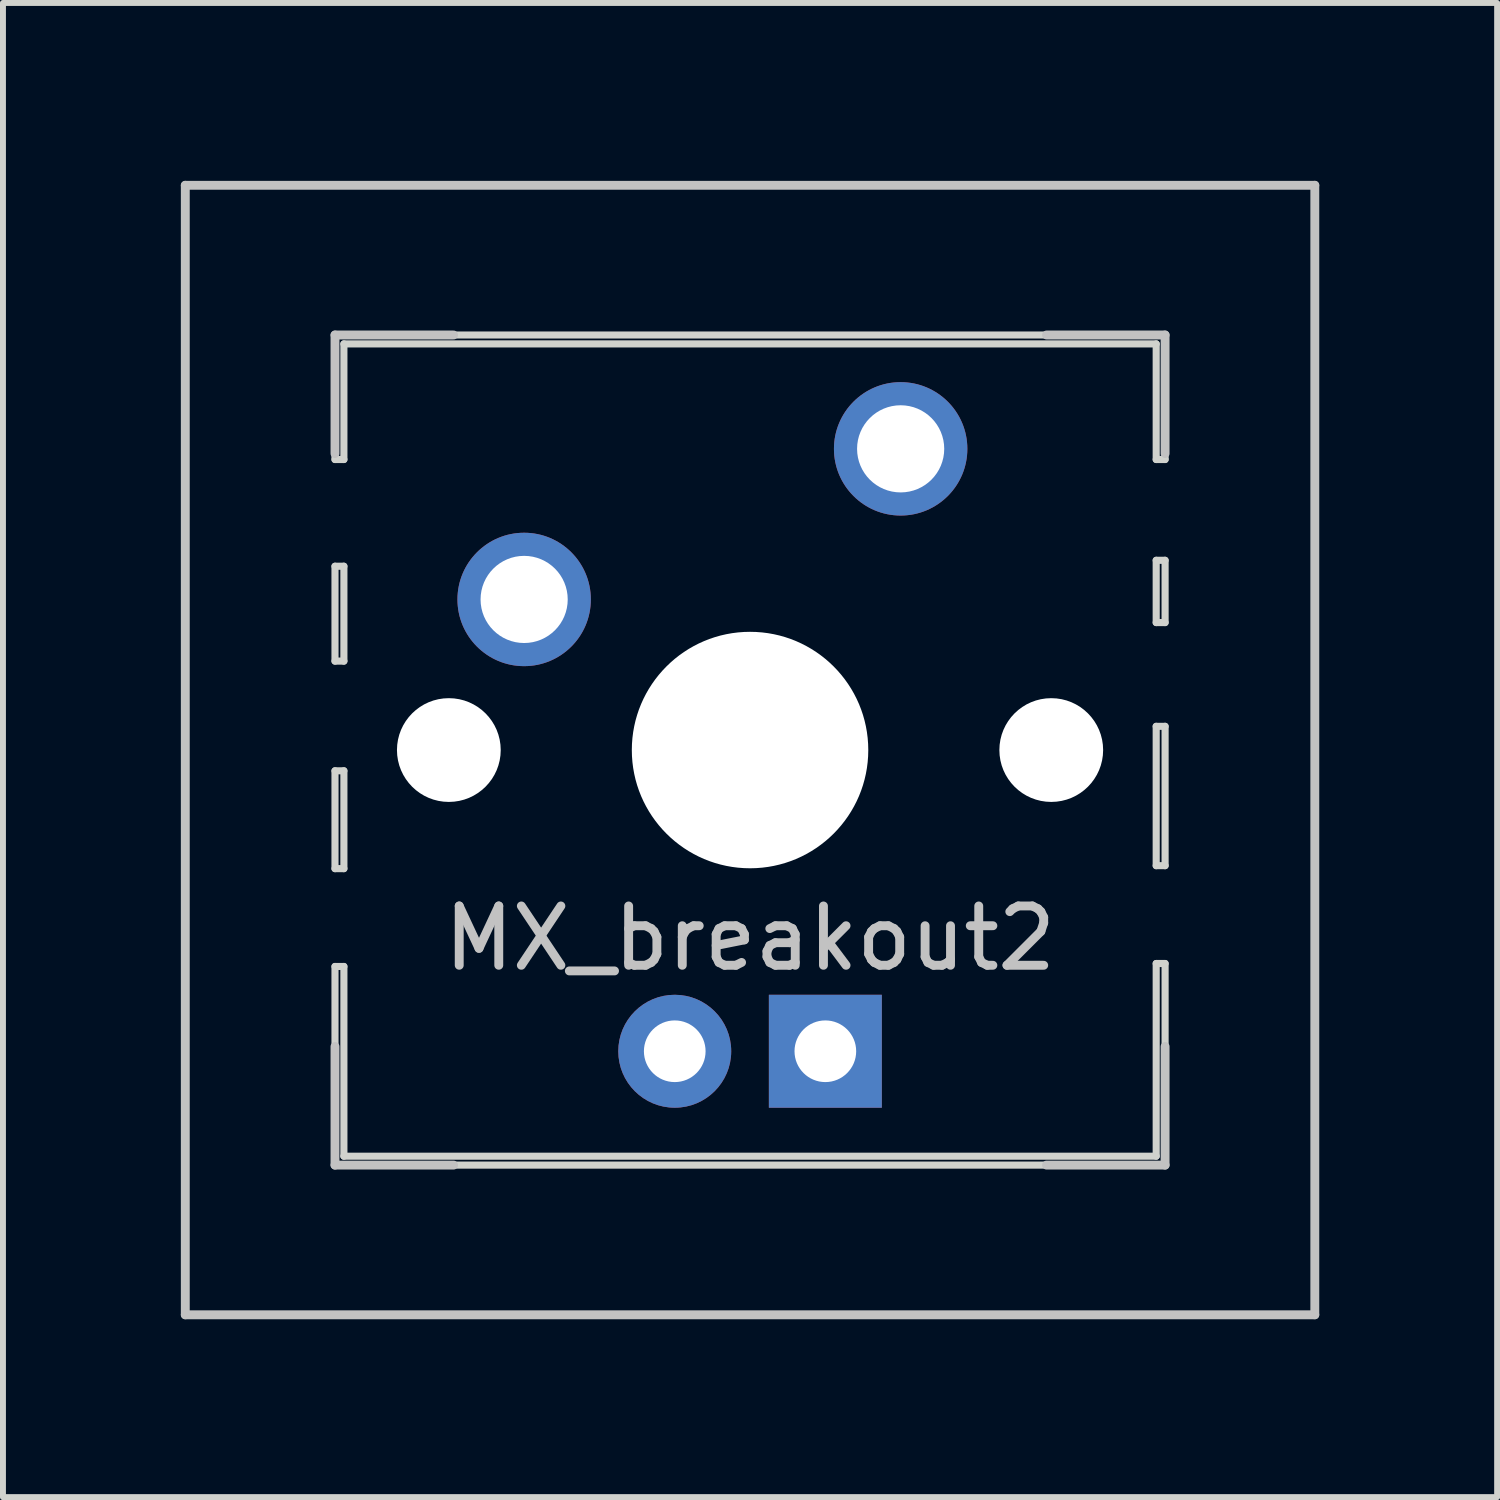
<source format=kicad_pcb>
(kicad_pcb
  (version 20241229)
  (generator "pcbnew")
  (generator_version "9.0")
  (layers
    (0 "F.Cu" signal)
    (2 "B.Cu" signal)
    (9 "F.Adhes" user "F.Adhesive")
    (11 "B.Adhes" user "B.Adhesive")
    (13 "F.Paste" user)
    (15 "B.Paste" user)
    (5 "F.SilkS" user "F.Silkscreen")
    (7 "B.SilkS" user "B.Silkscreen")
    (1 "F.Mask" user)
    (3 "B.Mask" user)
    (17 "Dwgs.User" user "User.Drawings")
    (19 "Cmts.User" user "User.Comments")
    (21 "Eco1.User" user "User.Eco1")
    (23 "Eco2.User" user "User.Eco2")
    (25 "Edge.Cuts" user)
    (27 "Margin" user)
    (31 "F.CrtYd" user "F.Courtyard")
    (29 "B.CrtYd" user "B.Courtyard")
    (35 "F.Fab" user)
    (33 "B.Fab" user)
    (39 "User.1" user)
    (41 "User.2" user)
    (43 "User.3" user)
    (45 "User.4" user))
  (footprint "MX_breakout2"
    (layer "F.Cu")
    (at 9.6 9.6)
    (property "Reference" "MX_breakout2" (at 0 3.175 180) (layer "Dwgs.User") (effects (font (size 1 1) (thickness 0.15))))
    (attr through_hole)
    (fp_line (start -9.525 -9.525) (end 9.525 -9.525) (stroke (width 0.15) (type solid)) (layer "Dwgs.User"))
    (fp_line (start -9.525 9.525) (end -9.525 -9.525) (stroke (width 0.15) (type solid)) (layer "Dwgs.User"))
    (fp_line (start -7 -7) (end -7 -5) (stroke (width 0.15) (type solid)) (layer "Dwgs.User"))
    (fp_line (start -7 5) (end -7 7) (stroke (width 0.15) (type solid)) (layer "Dwgs.User"))
    (fp_line (start -7 7) (end -5 7) (stroke (width 0.15) (type solid)) (layer "Dwgs.User"))
    (fp_line (start -5 -7) (end -7 -7) (stroke (width 0.15) (type solid)) (layer "Dwgs.User"))
    (fp_line (start 5 -7) (end 7 -7) (stroke (width 0.15) (type solid)) (layer "Dwgs.User"))
    (fp_line (start 5 7) (end 7 7) (stroke (width 0.15) (type solid)) (layer "Dwgs.User"))
    (fp_line (start 7 -7) (end 7 -5) (stroke (width 0.15) (type solid)) (layer "Dwgs.User"))
    (fp_line (start 7 7) (end 7 5) (stroke (width 0.15) (type solid)) (layer "Dwgs.User"))
    (fp_line (start 9.525 -9.525) (end 9.525 9.525) (stroke (width 0.15) (type solid)) (layer "Dwgs.User"))
    (fp_line (start 9.525 9.525) (end -9.525 9.525) (stroke (width 0.15) (type solid)) (layer "Dwgs.User"))
    (fp_line (start -7 -7) (end -7 -4.9) (stroke (width 0.12) (type solid)) (layer "Edge.Cuts"))
    (fp_line (start -7 -3.1) (end -6.85 -3.1) (stroke (width 0.12) (type solid)) (layer "Edge.Cuts"))
    (fp_line (start -7 -1.5) (end -7 -3.1) (stroke (width 0.12) (type solid)) (layer "Edge.Cuts"))
    (fp_line (start -7 -1.5) (end -6.85 -1.5) (stroke (width 0.12) (type solid)) (layer "Edge.Cuts"))
    (fp_line (start -7 0.35) (end -6.85 0.35) (stroke (width 0.12) (type solid)) (layer "Edge.Cuts"))
    (fp_line (start -7 2) (end -7 0.35) (stroke (width 0.12) (type solid)) (layer "Edge.Cuts"))
    (fp_line (start -7 3.65) (end -6.85 3.65) (stroke (width 0.12) (type solid)) (layer "Edge.Cuts"))
    (fp_line (start -7 7) (end -7 3.65) (stroke (width 0.12) (type solid)) (layer "Edge.Cuts"))
    (fp_line (start -6.85 -6.85) (end -6.85 -4.9) (stroke (width 0.12) (type solid)) (layer "Edge.Cuts"))
    (fp_line (start -6.85 -4.9) (end -7 -4.9) (stroke (width 0.12) (type solid)) (layer "Edge.Cuts"))
    (fp_line (start -6.85 -3.1) (end -6.85 -1.5) (stroke (width 0.12) (type solid)) (layer "Edge.Cuts"))
    (fp_line (start -6.85 0.35) (end -6.85 2) (stroke (width 0.12) (type solid)) (layer "Edge.Cuts"))
    (fp_line (start -6.85 2) (end -7 2) (stroke (width 0.12) (type solid)) (layer "Edge.Cuts"))
    (fp_line (start -6.85 3.65) (end -6.85 6.85) (stroke (width 0.12) (type solid)) (layer "Edge.Cuts"))
    (fp_line (start -6.85 6.85) (end 6.85 6.85) (stroke (width 0.12) (type solid)) (layer "Edge.Cuts"))
    (fp_line (start 6.85 -6.85) (end -6.85 -6.85) (stroke (width 0.12) (type solid)) (layer "Edge.Cuts"))
    (fp_line (start 6.85 -4.9) (end 6.85 -6.85) (stroke (width 0.12) (type solid)) (layer "Edge.Cuts"))
    (fp_line (start 6.85 -3.2) (end 7 -3.2) (stroke (width 0.12) (type solid)) (layer "Edge.Cuts"))
    (fp_line (start 6.85 -2.15) (end 6.85 -3.2) (stroke (width 0.12) (type solid)) (layer "Edge.Cuts"))
    (fp_line (start 6.85 -0.4) (end 7 -0.4) (stroke (width 0.12) (type solid)) (layer "Edge.Cuts"))
    (fp_line (start 6.85 1.95) (end 6.85 -0.4) (stroke (width 0.12) (type solid)) (layer "Edge.Cuts"))
    (fp_line (start 6.85 3.6) (end 7 3.6) (stroke (width 0.12) (type solid)) (layer "Edge.Cuts"))
    (fp_line (start 6.85 6.85) (end 6.85 3.6) (stroke (width 0.12) (type solid)) (layer "Edge.Cuts"))
    (fp_line (start 7 -7) (end -7 -7) (stroke (width 0.12) (type solid)) (layer "Edge.Cuts"))
    (fp_line (start 7 -4.9) (end 6.85 -4.9) (stroke (width 0.12) (type solid)) (layer "Edge.Cuts"))
    (fp_line (start 7 -4.9) (end 7 -7) (stroke (width 0.12) (type solid)) (layer "Edge.Cuts"))
    (fp_line (start 7 -3.2) (end 7 -2.15) (stroke (width 0.12) (type solid)) (layer "Edge.Cuts"))
    (fp_line (start 7 -2.15) (end 6.85 -2.15) (stroke (width 0.12) (type solid)) (layer "Edge.Cuts"))
    (fp_line (start 7 -0.4) (end 7 1.95) (stroke (width 0.12) (type solid)) (layer "Edge.Cuts"))
    (fp_line (start 7 1.95) (end 6.85 1.95) (stroke (width 0.12) (type solid)) (layer "Edge.Cuts"))
    (fp_line (start 7 7) (end -7 7) (stroke (width 0.12) (type solid)) (layer "Edge.Cuts"))
    (fp_line (start 7 7) (end 7 3.6) (stroke (width 0.12) (type solid)) (layer "Edge.Cuts"))
    (pad "" np_thru_hole circle (at -5.08 0 48.1) (size 1.75 1.75) (drill 1.75) (layers "*.Cu" "*.Mask"))
    (pad "" np_thru_hole circle (at 0 0) (size 3.988 3.988) (drill 3.988) (layers "*.Cu" "*.Mask"))
    (pad "" np_thru_hole circle (at 5.08 0 48.1) (size 1.75 1.75) (drill 1.75) (layers "*.Cu" "*.Mask"))
    (pad "1" thru_hole circle (at -3.81 -2.54) (size 2.25 2.25) (drill 1.47) (layers "*.Cu" "B.Mask"))
    (pad "2" thru_hole circle (at 2.54 -5.08) (size 2.25 2.25) (drill 1.47) (layers "*.Cu" "B.Mask"))
    (pad "3" thru_hole circle (at -1.27 5.08) (size 1.905 1.905) (drill 1.04) (layers "*.Cu" "B.Mask"))
    (pad "4" thru_hole rect (at 1.27 5.08) (size 1.905 1.905) (drill 1.04) (layers "*.Cu" "B.Mask")))
  (gr_rect
    (start -3 -3)
    (end 22.2 22.2)
    (stroke (width 0.1) (type default))
    (fill no)
    (layer "Edge.Cuts")))
</source>
